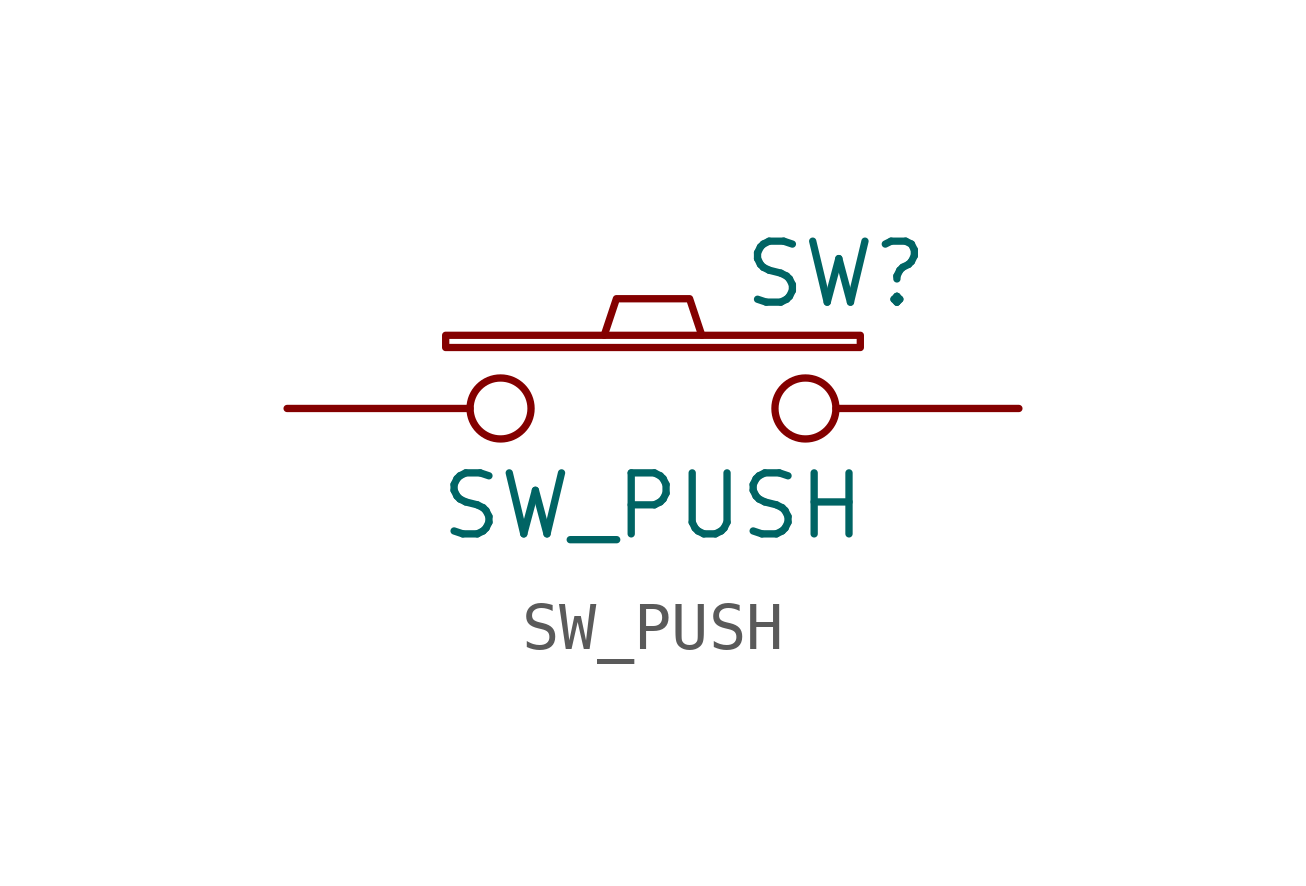
<source format=kicad_sym>
(kicad_symbol_lib
  (version 20220914)
  (generator kicad_symbol_editor)
  (symbol "SW_PUSH"
    (pin_numbers hide)
    (pin_names
      (offset 1.016) hide)
    (property "Reference" "SW"
      (at 3.81 2.794 0)
      (effects (font (size 1.27 1.27))))
    (property "Value" "SW_PUSH"
      (at 0 -2.032 0)
      (effects (font (size 1.27 1.27))))
    (symbol "SW_PUSH_0_1"
      (rectangle (start -4.318 1.27) (end 4.318 1.524) (stroke (width 0) (type solid)) (fill (type none)))
      (polyline (pts (xy -1.016 1.524) (xy -0.762 2.286) (xy 0.762 2.286) (xy 1.016 1.524)) (stroke (width 0) (type solid)) (fill (type none)))
      (pin passive inverted (at -7.62 0 0) (length 5.08) (name "1" (effects (font (size 1.27 1.27)))) (number "1" (effects (font (size 1.27 1.27)))))
      (pin passive inverted (at 7.62 0 180) (length 5.08) (name "2" (effects (font (size 1.27 1.27)))) (number "2" (effects (font (size 1.27 1.27))))))))
</source>
